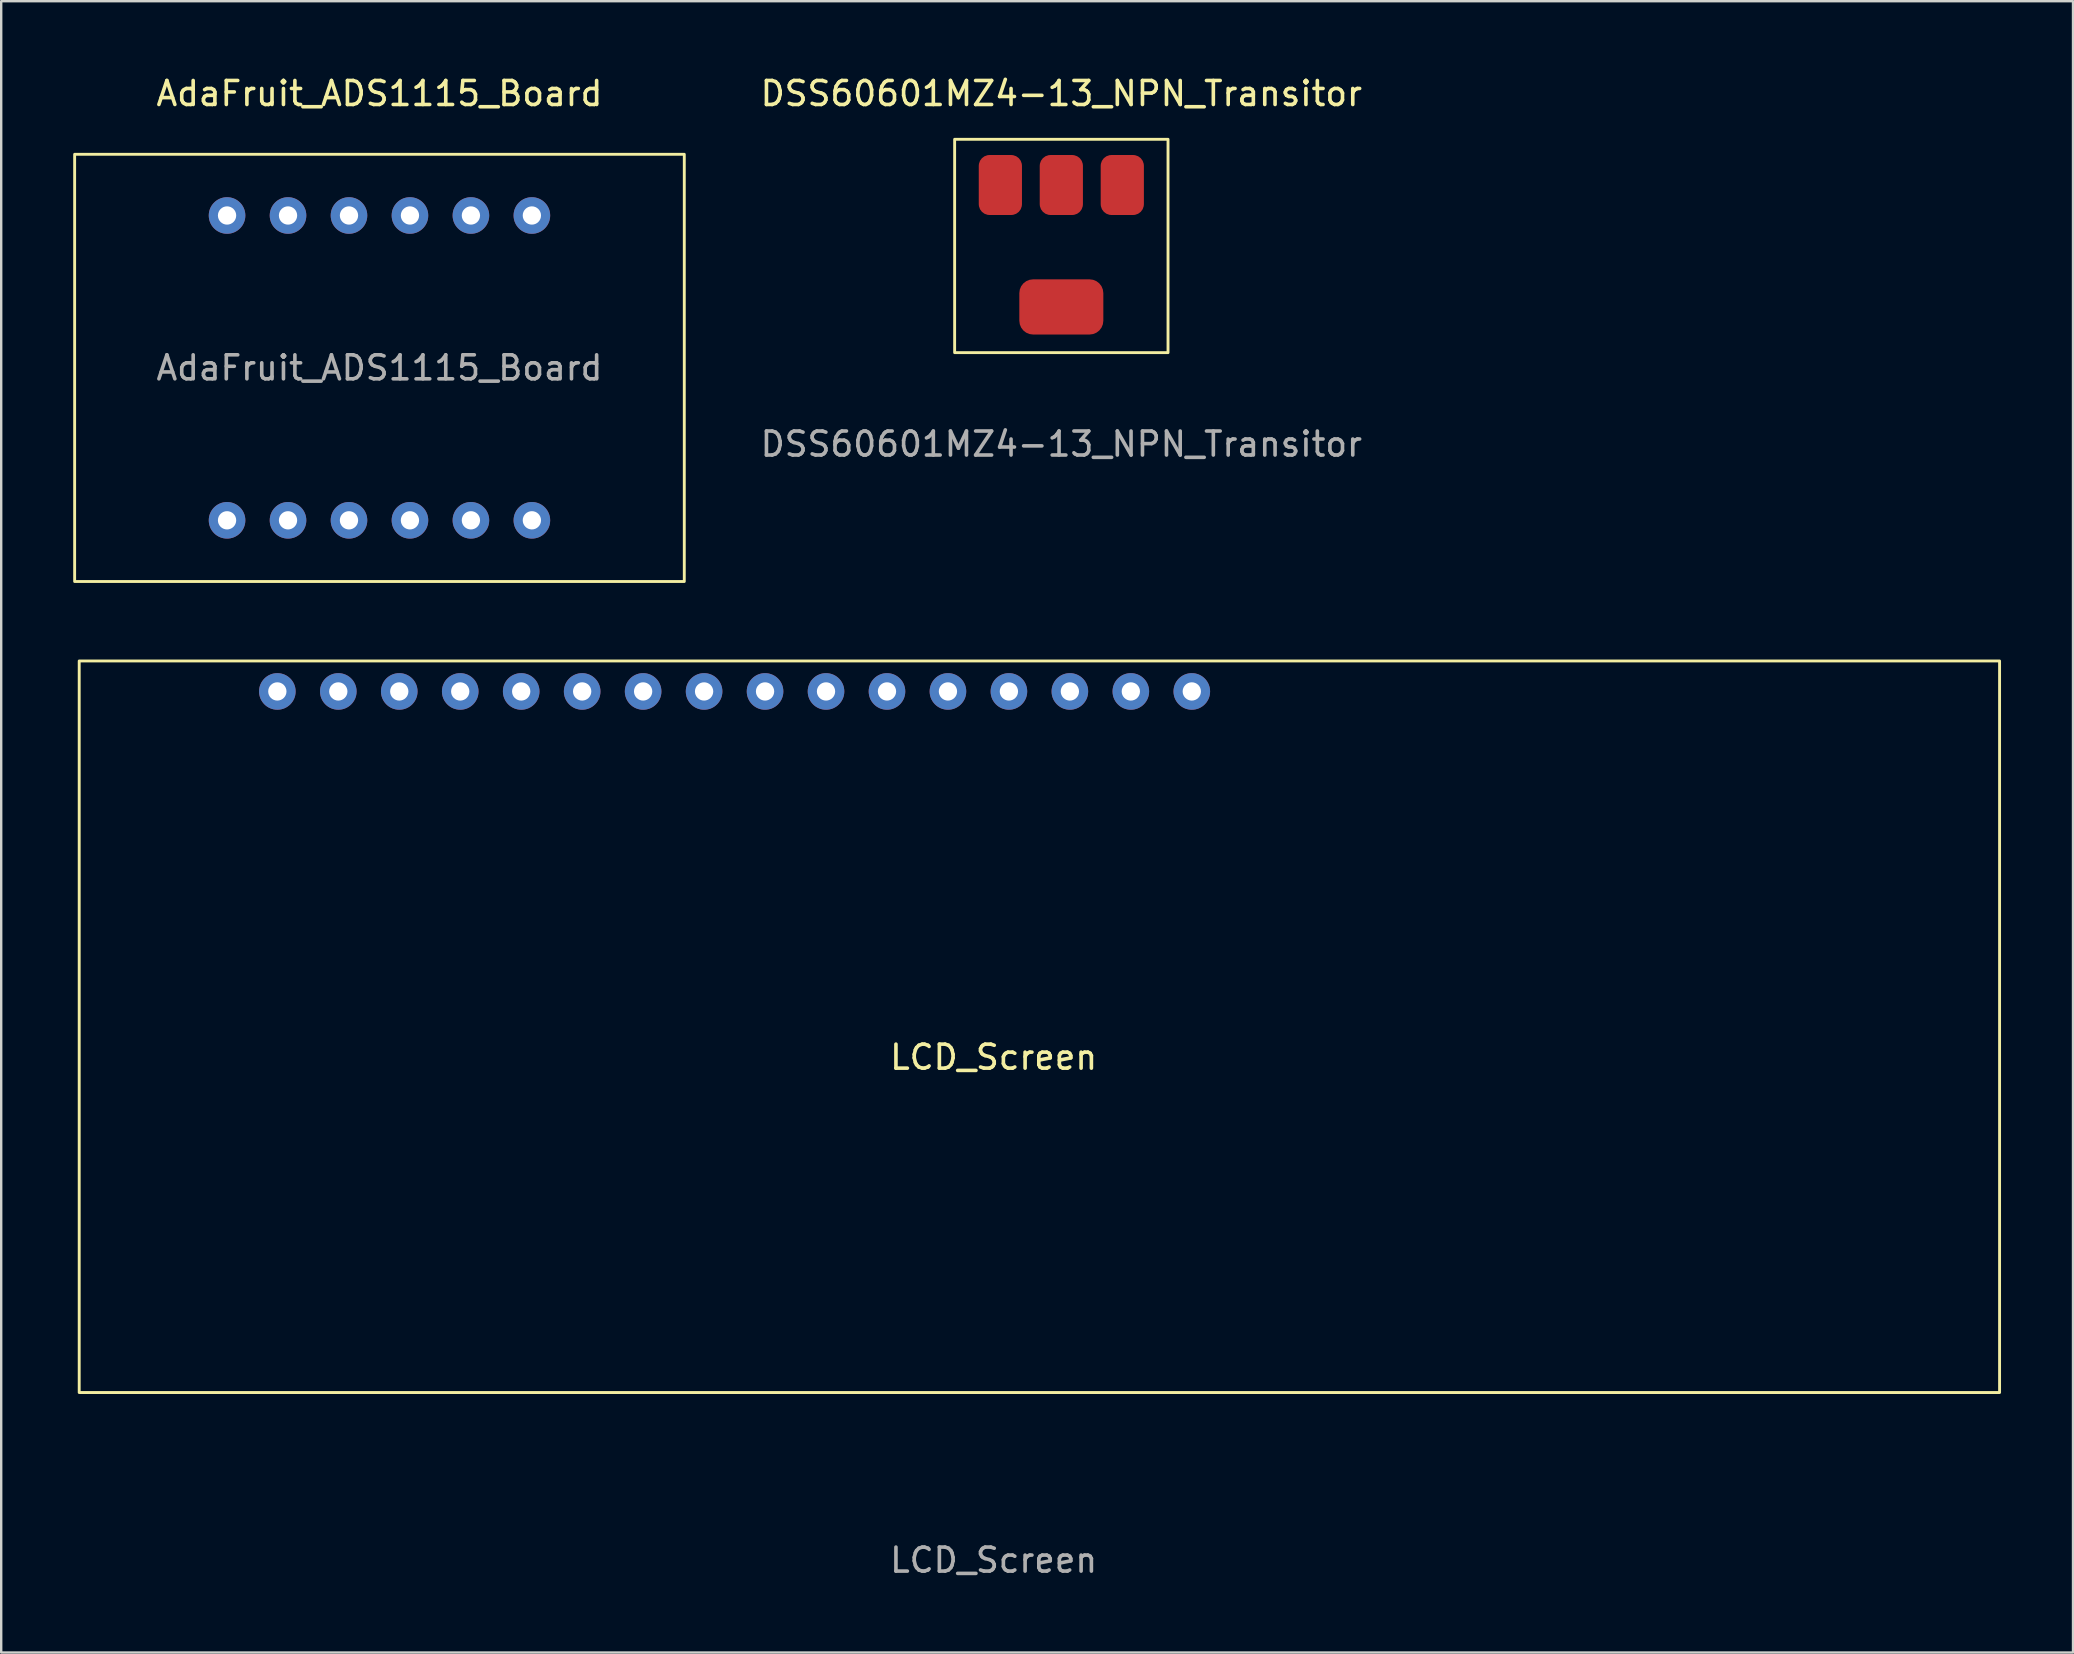
<source format=kicad_pcb>
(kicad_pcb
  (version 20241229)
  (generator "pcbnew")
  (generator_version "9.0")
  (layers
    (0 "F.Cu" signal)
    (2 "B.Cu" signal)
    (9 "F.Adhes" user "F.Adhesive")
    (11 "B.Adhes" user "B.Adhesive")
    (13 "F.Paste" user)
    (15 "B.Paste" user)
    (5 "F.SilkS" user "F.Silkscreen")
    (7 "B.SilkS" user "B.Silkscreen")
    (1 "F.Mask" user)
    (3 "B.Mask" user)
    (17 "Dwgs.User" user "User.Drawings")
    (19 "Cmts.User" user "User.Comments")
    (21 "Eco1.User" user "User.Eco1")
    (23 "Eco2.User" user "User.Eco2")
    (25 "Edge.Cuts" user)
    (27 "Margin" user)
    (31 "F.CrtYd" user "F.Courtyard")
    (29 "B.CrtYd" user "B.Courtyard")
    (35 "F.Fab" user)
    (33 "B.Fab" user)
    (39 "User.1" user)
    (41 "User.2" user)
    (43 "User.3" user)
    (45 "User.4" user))
  (footprint "DSS60601MZ4-13_NPN_Transitor"
    (layer "F.Cu")
    (at 41.169 4.658)
    (property "Reference" "DSS60601MZ4-13_NPN_Transitor" (at 0 -3.81 0) (unlocked yes) (layer "F.SilkS") (effects (font (size 1 1) (thickness 0.15))))
    (attr smd)
    (fp_rect (start 4.445 -1.905) (end -4.445 6.985) (stroke (width 0.12) (type solid)) (fill no) (layer "F.SilkS"))
    (fp_text user "${REFERENCE}" (at 0 10.795 0) (unlocked yes) (layer "F.Fab") (effects (font (size 1 1) (thickness 0.15))))
    (pad "1" smd roundrect (at 2.54 0 90) (size 2.5 1.8) (layers "F.Cu" "F.Mask" "F.Paste") (roundrect_rratio 0.25))
    (pad "2" smd roundrect (at 0 0 90) (size 2.5 1.8) (layers "F.Cu" "F.Mask" "F.Paste") (roundrect_rratio 0.25))
    (pad "2" smd roundrect (at 0 5.08 180) (size 3.5 2.3) (layers "F.Cu" "F.Mask" "F.Paste") (roundrect_rratio 0.25))
    (pad "3" smd roundrect (at -2.54 0 90) (size 2.5 1.8) (layers "F.Cu" "F.Mask" "F.Paste") (roundrect_rratio 0.25)))
  (footprint "AdaFruit_ADS1115_Board"
    (layer "F.Cu")
    (at 12.76 12.278)
    (property "Reference" "AdaFruit_ADS1115_Board" (at 0 -11.43 0) (unlocked yes) (layer "F.SilkS") (effects (font (size 1 1) (thickness 0.15))))
    (attr through_hole)
    (fp_rect (start -12.7 -8.9) (end 12.7 8.9) (stroke (width 0.12) (type solid)) (fill no) (layer "F.SilkS"))
    (fp_text user "${REFERENCE}" (at 0 0 0) (unlocked yes) (layer "F.Fab") (effects (font (size 1 1) (thickness 0.15))))
    (pad "1" thru_hole circle (at -6.35 6.35) (size 1.524 1.524) (drill 0.762) (layers "*.Cu" "*.Mask"))
    (pad "2" thru_hole circle (at -3.81 6.35) (size 1.524 1.524) (drill 0.762) (layers "*.Cu" "*.Mask"))
    (pad "3" thru_hole circle (at -1.27 6.35) (size 1.524 1.524) (drill 0.762) (layers "*.Cu" "*.Mask"))
    (pad "4" thru_hole circle (at 1.27 6.35) (size 1.524 1.524) (drill 0.762) (layers "*.Cu" "*.Mask"))
    (pad "5" thru_hole circle (at 3.81 6.35) (size 1.524 1.524) (drill 0.762) (layers "*.Cu" "*.Mask"))
    (pad "6" thru_hole circle (at 6.35 6.35) (size 1.524 1.524) (drill 0.762) (layers "*.Cu" "*.Mask"))
    (pad "7" thru_hole circle (at -6.35 -6.35) (size 1.524 1.524) (drill 0.762) (layers "*.Cu" "*.Mask"))
    (pad "8" thru_hole circle (at -3.81 -6.35) (size 1.524 1.524) (drill 0.762) (layers "*.Cu" "*.Mask"))
    (pad "9" thru_hole circle (at -1.27 -6.35) (size 1.524 1.524) (drill 0.762) (layers "*.Cu" "*.Mask"))
    (pad "10" thru_hole circle (at 1.27 -6.35) (size 1.524 1.524) (drill 0.762) (layers "*.Cu" "*.Mask"))
    (pad "11" thru_hole circle (at 3.81 -6.35) (size 1.524 1.524) (drill 0.762) (layers "*.Cu" "*.Mask"))
    (pad "12" thru_hole circle (at 6.35 -6.35) (size 1.524 1.524) (drill 0.762) (layers "*.Cu" "*.Mask")))
  (footprint "LCD_Screen"
    (layer "F.Cu")
    (at 0.25 24.488)
    (property "Reference" "LCD_Screen" (at 38.1 16.51 0) (unlocked yes) (layer "F.SilkS") (effects (font (size 1 1) (thickness 0.15))))
    (attr through_hole)
    (fp_rect (start 0 0) (end 80.01 30.48) (stroke (width 0.12) (type solid)) (fill no) (layer "F.SilkS"))
    (fp_text user "${REFERENCE}" (at 38.1 37.465 0) (unlocked yes) (layer "F.Fab") (effects (font (size 1 1) (thickness 0.15))))
    (pad "1" thru_hole circle (at 8.255 1.27) (size 1.524 1.524) (drill 0.762) (layers "*.Cu" "*.Mask"))
    (pad "2" thru_hole circle (at 10.795 1.27) (size 1.524 1.524) (drill 0.762) (layers "*.Cu" "*.Mask"))
    (pad "3" thru_hole circle (at 13.335 1.27) (size 1.524 1.524) (drill 0.762) (layers "*.Cu" "*.Mask"))
    (pad "4" thru_hole circle (at 15.875 1.27) (size 1.524 1.524) (drill 0.762) (layers "*.Cu" "*.Mask"))
    (pad "5" thru_hole circle (at 18.415 1.27) (size 1.524 1.524) (drill 0.762) (layers "*.Cu" "*.Mask"))
    (pad "6" thru_hole circle (at 20.955 1.27) (size 1.524 1.524) (drill 0.762) (layers "*.Cu" "*.Mask"))
    (pad "7" thru_hole circle (at 23.495 1.27) (size 1.524 1.524) (drill 0.762) (layers "*.Cu" "*.Mask"))
    (pad "8" thru_hole circle (at 26.035 1.27) (size 1.524 1.524) (drill 0.762) (layers "*.Cu" "*.Mask"))
    (pad "9" thru_hole circle (at 28.575 1.27) (size 1.524 1.524) (drill 0.762) (layers "*.Cu" "*.Mask"))
    (pad "10" thru_hole circle (at 31.115 1.27) (size 1.524 1.524) (drill 0.762) (layers "*.Cu" "*.Mask"))
    (pad "11" thru_hole circle (at 33.655 1.27) (size 1.524 1.524) (drill 0.762) (layers "*.Cu" "*.Mask"))
    (pad "12" thru_hole circle (at 36.195 1.27) (size 1.524 1.524) (drill 0.762) (layers "*.Cu" "*.Mask"))
    (pad "13" thru_hole circle (at 38.735 1.27) (size 1.524 1.524) (drill 0.762) (layers "*.Cu" "*.Mask"))
    (pad "14" thru_hole circle (at 41.275 1.27) (size 1.524 1.524) (drill 0.762) (layers "*.Cu" "*.Mask"))
    (pad "15" thru_hole circle (at 43.815 1.27) (size 1.524 1.524) (drill 0.762) (layers "*.Cu" "*.Mask"))
    (pad "16" thru_hole circle (at 46.355 1.27) (size 1.524 1.524) (drill 0.762) (layers "*.Cu" "*.Mask")))
  (gr_rect
    (start -3 -3)
    (end 83.32 65.802)
    (stroke (width 0.1) (type default))
    (fill no)
    (layer "Edge.Cuts")))
</source>
